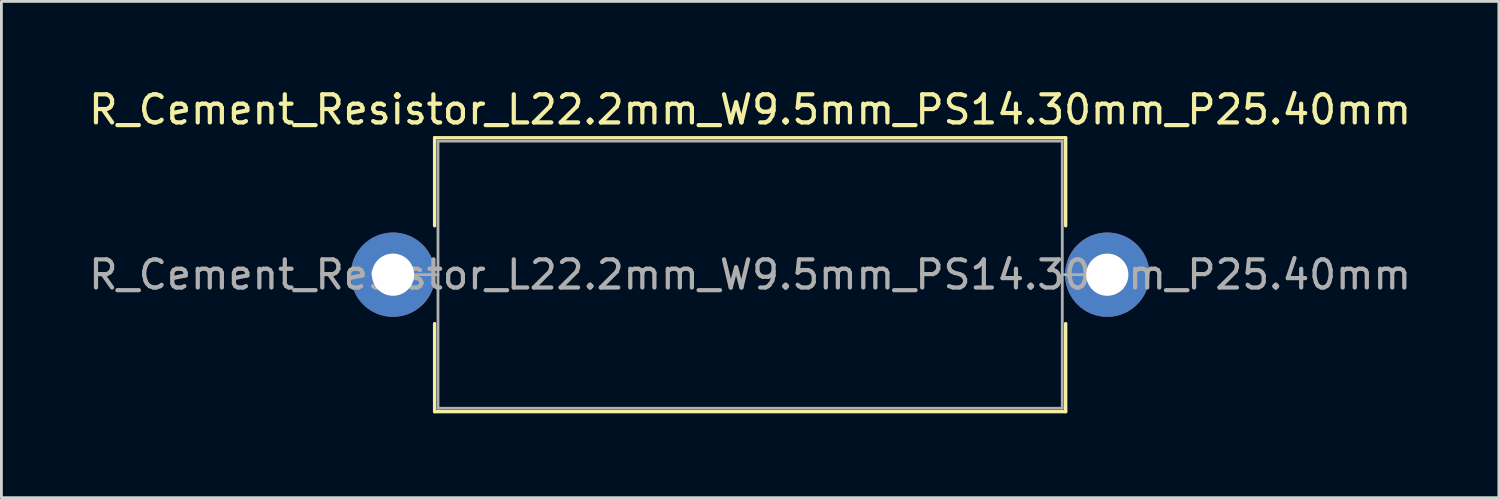
<source format=kicad_pcb>
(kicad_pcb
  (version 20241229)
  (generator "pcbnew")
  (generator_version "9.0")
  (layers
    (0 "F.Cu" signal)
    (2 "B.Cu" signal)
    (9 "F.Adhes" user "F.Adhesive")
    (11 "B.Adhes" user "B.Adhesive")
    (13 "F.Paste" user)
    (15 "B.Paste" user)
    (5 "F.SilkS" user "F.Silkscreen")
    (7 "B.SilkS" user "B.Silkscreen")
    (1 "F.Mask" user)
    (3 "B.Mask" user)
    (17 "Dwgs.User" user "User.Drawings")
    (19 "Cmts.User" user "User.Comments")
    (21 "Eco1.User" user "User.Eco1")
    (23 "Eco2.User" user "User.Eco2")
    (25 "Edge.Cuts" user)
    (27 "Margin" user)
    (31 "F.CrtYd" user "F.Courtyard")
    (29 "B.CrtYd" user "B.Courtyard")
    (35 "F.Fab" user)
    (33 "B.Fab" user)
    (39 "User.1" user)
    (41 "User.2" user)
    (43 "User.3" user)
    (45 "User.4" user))
  (footprint "R_Cement_Resistor_L22.2mm_W9.5mm_PS14.30mm_P25.40mm"
    (layer "F.Cu")
    (at 10.925 6.718)
    (property "Reference" "R_Cement_Resistor_L22.2mm_W9.5mm_PS14.30mm_P25.40mm" (at 12.7 -5.87 0) (layer "F.SilkS") (effects (font (size 1 1) (thickness 0.15))))
    (attr through_hole)
    (fp_line (start 1.48 -4.87) (end 23.92 -4.87) (stroke (width 0.12) (type solid)) (layer "F.SilkS"))
    (fp_line (start 1.48 -1.74) (end 1.48 -4.87) (stroke (width 0.12) (type solid)) (layer "F.SilkS"))
    (fp_line (start 1.48 1.74) (end 1.48 4.87) (stroke (width 0.12) (type solid)) (layer "F.SilkS"))
    (fp_line (start 1.48 4.87) (end 23.92 4.87) (stroke (width 0.12) (type solid)) (layer "F.SilkS"))
    (fp_line (start 23.92 -4.87) (end 23.92 -1.74) (stroke (width 0.12) (type solid)) (layer "F.SilkS"))
    (fp_line (start 23.92 4.87) (end 23.92 1.74) (stroke (width 0.12) (type solid)) (layer "F.SilkS"))
    (fp_line (start 0 0) (end 1.6 0) (stroke (width 0.1) (type solid)) (layer "F.Fab"))
    (fp_line (start 1.6 -4.75) (end 1.6 4.75) (stroke (width 0.1) (type solid)) (layer "F.Fab"))
    (fp_line (start 1.6 4.75) (end 23.8 4.75) (stroke (width 0.1) (type solid)) (layer "F.Fab"))
    (fp_line (start 23.8 -4.75) (end 1.6 -4.75) (stroke (width 0.1) (type solid)) (layer "F.Fab"))
    (fp_line (start 23.8 4.75) (end 23.8 -4.75) (stroke (width 0.1) (type solid)) (layer "F.Fab"))
    (fp_line (start 25.4 0) (end 23.8 0) (stroke (width 0.1) (type solid)) (layer "F.Fab"))
    (fp_text user "${REFERENCE}" (at 12.7 0 0) (layer "F.Fab") (effects (font (size 1 1) (thickness 0.15))))
    (pad "1" thru_hole circle (at 0 0) (size 3 3) (drill 1.5) (layers "*.Cu" "*.Mask"))
    (pad "4" thru_hole oval (at 25.4 0) (size 3 3) (drill 1.5) (layers "*.Cu" "*.Mask")))
  (gr_rect
    (start -3 -3)
    (end 50.25 14.648)
    (stroke (width 0.1) (type default))
    (fill no)
    (layer "Edge.Cuts")))
</source>
